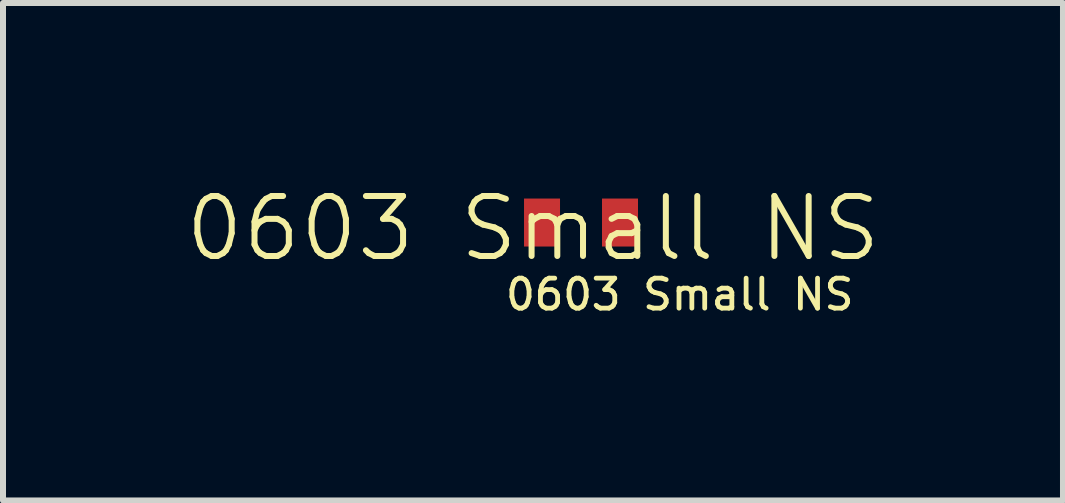
<source format=kicad_pcb>
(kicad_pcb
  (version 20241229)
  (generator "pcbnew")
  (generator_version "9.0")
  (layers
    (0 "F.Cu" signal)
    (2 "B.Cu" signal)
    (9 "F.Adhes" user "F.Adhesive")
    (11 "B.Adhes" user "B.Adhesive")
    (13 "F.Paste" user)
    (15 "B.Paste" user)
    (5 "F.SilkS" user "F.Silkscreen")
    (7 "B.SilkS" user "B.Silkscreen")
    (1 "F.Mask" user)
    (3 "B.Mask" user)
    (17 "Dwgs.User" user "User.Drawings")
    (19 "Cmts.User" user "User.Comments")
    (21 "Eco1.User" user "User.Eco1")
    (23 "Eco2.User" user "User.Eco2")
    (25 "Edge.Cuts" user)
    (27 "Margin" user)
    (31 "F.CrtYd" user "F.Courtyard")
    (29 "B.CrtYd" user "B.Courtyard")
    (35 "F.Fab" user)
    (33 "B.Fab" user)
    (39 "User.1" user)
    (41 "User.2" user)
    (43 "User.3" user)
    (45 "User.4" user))
  (footprint "0603 Small NS"
    (layer "F.Cu")
    (at 5.836 1.06)
    (property "Reference" "0603 Small NS" (at 0 -0.3 0) (unlocked yes) (layer "F.SilkS") (effects (font (size 1 1) (thickness 0.1))))
    (attr smd)
    (fp_text user "${REFERENCE}" (at -0.5 0.8 0) (unlocked yes) (layer "F.SilkS") (effects (font (size 0.5 0.5) (thickness 0.08)) (justify left)))
    (pad "1" smd rect (at 0.15 -0.4) (size 0.6 0.8) (layers "F.Cu" "F.Mask" "F.Paste"))
    (pad "2" smd rect (at 1.45 -0.4) (size 0.6 0.8) (layers "F.Cu" "F.Mask" "F.Paste")))
  (gr_rect
    (start -3 -3)
    (end 14.671 5.293)
    (stroke (width 0.1) (type default))
    (fill no)
    (layer "Edge.Cuts")))
</source>
